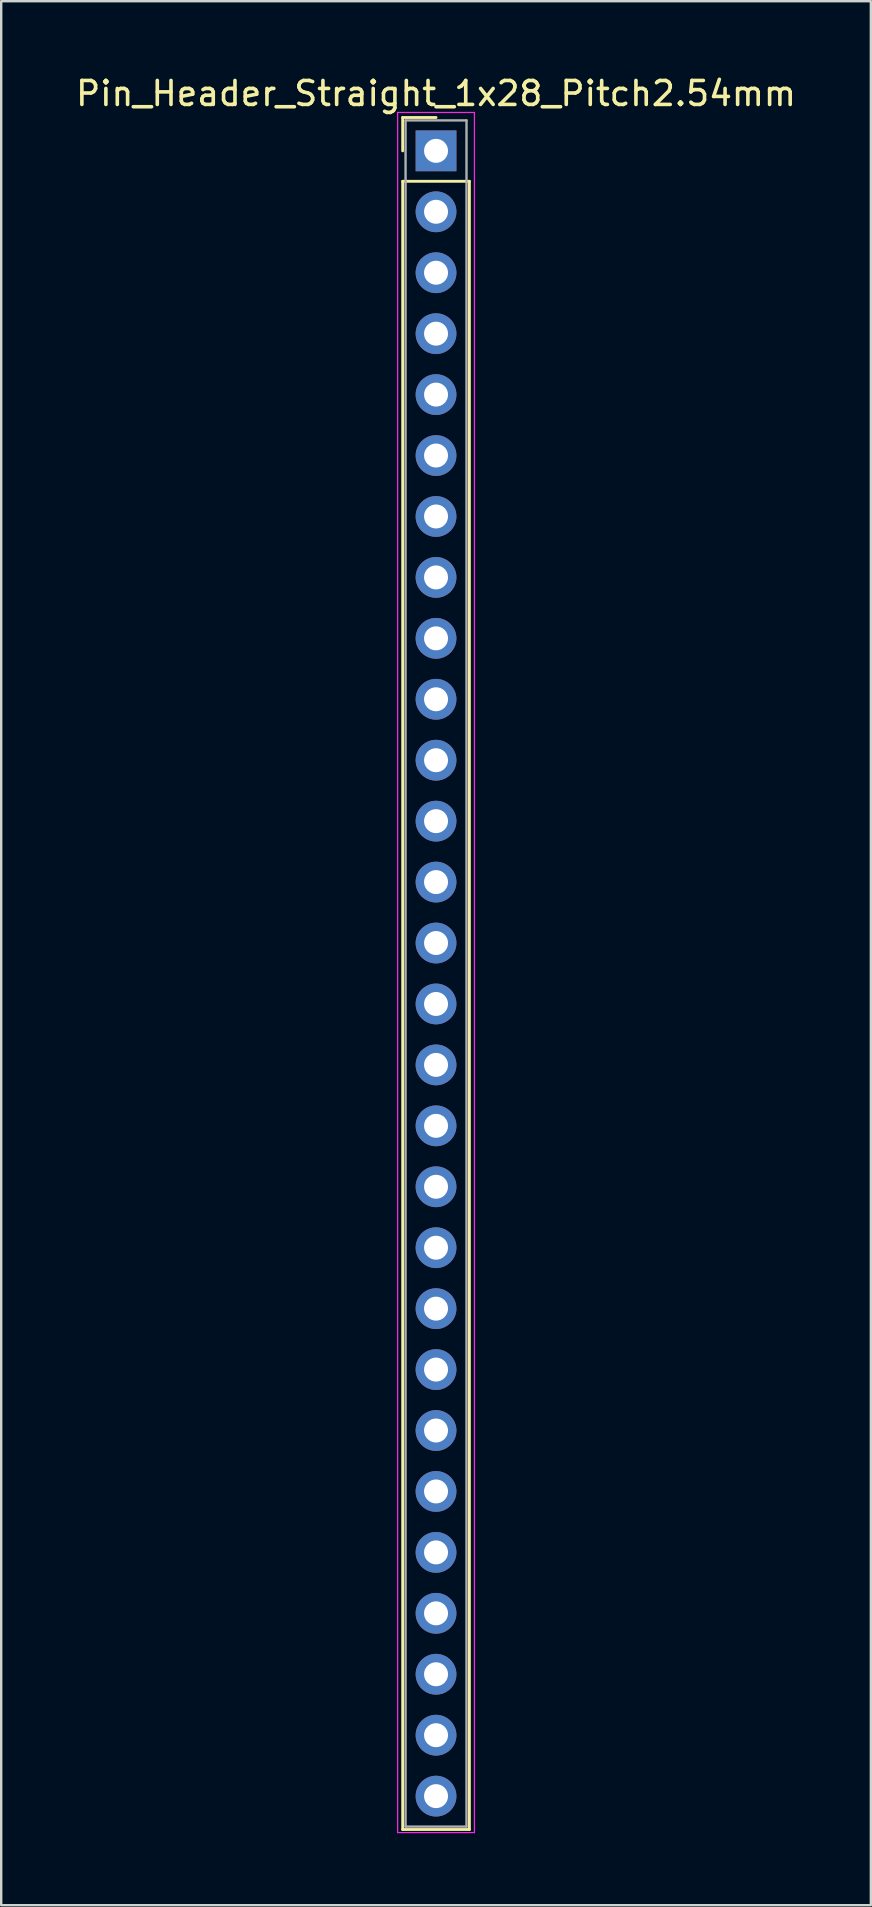
<source format=kicad_pcb>
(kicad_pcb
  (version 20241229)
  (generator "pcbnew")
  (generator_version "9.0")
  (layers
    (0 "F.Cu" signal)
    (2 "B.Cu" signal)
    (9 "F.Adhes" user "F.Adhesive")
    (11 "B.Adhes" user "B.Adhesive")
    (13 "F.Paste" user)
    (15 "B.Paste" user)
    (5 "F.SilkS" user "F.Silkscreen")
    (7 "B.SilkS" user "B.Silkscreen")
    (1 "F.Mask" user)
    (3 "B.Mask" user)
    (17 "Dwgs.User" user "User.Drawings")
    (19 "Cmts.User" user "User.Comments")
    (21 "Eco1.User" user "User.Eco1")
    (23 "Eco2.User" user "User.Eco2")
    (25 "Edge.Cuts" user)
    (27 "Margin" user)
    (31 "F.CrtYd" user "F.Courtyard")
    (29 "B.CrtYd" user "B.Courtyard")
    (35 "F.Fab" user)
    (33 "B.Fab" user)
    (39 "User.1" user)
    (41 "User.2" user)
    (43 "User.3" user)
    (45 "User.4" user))
  (footprint "Pin_Header_Straight_1x28_Pitch2.54mm"
    (layer "F.Cu")
    (at 15.125 3.238)
    (property "Reference" "Pin_Header_Straight_1x28_Pitch2.54mm" (at 0 -2.39 0) (layer "F.SilkS") (effects (font (size 1 1) (thickness 0.15))))
    (attr through_hole)
    (fp_line (start -1.39 -1.39) (end 0 -1.39) (stroke (width 0.12) (type solid)) (layer "F.SilkS"))
    (fp_line (start -1.39 0) (end -1.39 -1.39) (stroke (width 0.12) (type solid)) (layer "F.SilkS"))
    (fp_line (start -1.39 1.27) (end -1.39 69.97) (stroke (width 0.12) (type solid)) (layer "F.SilkS"))
    (fp_line (start -1.39 69.97) (end 1.39 69.97) (stroke (width 0.12) (type solid)) (layer "F.SilkS"))
    (fp_line (start 1.39 1.27) (end -1.39 1.27) (stroke (width 0.12) (type solid)) (layer "F.SilkS"))
    (fp_line (start 1.39 69.97) (end 1.39 1.27) (stroke (width 0.12) (type solid)) (layer "F.SilkS"))
    (fp_line (start -1.6 -1.6) (end -1.6 70.1) (stroke (width 0.05) (type solid)) (layer "F.CrtYd"))
    (fp_line (start -1.6 70.1) (end 1.6 70.1) (stroke (width 0.05) (type solid)) (layer "F.CrtYd"))
    (fp_line (start 1.6 -1.6) (end -1.6 -1.6) (stroke (width 0.05) (type solid)) (layer "F.CrtYd"))
    (fp_line (start 1.6 70.1) (end 1.6 -1.6) (stroke (width 0.05) (type solid)) (layer "F.CrtYd"))
    (fp_line (start -1.27 -1.27) (end -1.27 69.85) (stroke (width 0.1) (type solid)) (layer "F.Fab"))
    (fp_line (start -1.27 69.85) (end 1.27 69.85) (stroke (width 0.1) (type solid)) (layer "F.Fab"))
    (fp_line (start 1.27 -1.27) (end -1.27 -1.27) (stroke (width 0.1) (type solid)) (layer "F.Fab"))
    (fp_line (start 1.27 69.85) (end 1.27 -1.27) (stroke (width 0.1) (type solid)) (layer "F.Fab"))
    (pad "1" thru_hole rect (at 0 0) (size 1.7 1.7) (drill 1) (layers "*.Cu" "*.Mask"))
    (pad "2" thru_hole oval (at 0 2.54) (size 1.7 1.7) (drill 1) (layers "*.Cu" "*.Mask"))
    (pad "3" thru_hole oval (at 0 5.08) (size 1.7 1.7) (drill 1) (layers "*.Cu" "*.Mask"))
    (pad "4" thru_hole oval (at 0 7.62) (size 1.7 1.7) (drill 1) (layers "*.Cu" "*.Mask"))
    (pad "5" thru_hole oval (at 0 10.16) (size 1.7 1.7) (drill 1) (layers "*.Cu" "*.Mask"))
    (pad "6" thru_hole oval (at 0 12.7) (size 1.7 1.7) (drill 1) (layers "*.Cu" "*.Mask"))
    (pad "7" thru_hole oval (at 0 15.24) (size 1.7 1.7) (drill 1) (layers "*.Cu" "*.Mask"))
    (pad "8" thru_hole oval (at 0 17.78) (size 1.7 1.7) (drill 1) (layers "*.Cu" "*.Mask"))
    (pad "9" thru_hole oval (at 0 20.32) (size 1.7 1.7) (drill 1) (layers "*.Cu" "*.Mask"))
    (pad "10" thru_hole oval (at 0 22.86) (size 1.7 1.7) (drill 1) (layers "*.Cu" "*.Mask"))
    (pad "11" thru_hole oval (at 0 25.4) (size 1.7 1.7) (drill 1) (layers "*.Cu" "*.Mask"))
    (pad "12" thru_hole oval (at 0 27.94) (size 1.7 1.7) (drill 1) (layers "*.Cu" "*.Mask"))
    (pad "13" thru_hole oval (at 0 30.48) (size 1.7 1.7) (drill 1) (layers "*.Cu" "*.Mask"))
    (pad "14" thru_hole oval (at 0 33.02) (size 1.7 1.7) (drill 1) (layers "*.Cu" "*.Mask"))
    (pad "15" thru_hole oval (at 0 35.56) (size 1.7 1.7) (drill 1) (layers "*.Cu" "*.Mask"))
    (pad "16" thru_hole oval (at 0 38.1) (size 1.7 1.7) (drill 1) (layers "*.Cu" "*.Mask"))
    (pad "17" thru_hole oval (at 0 40.64) (size 1.7 1.7) (drill 1) (layers "*.Cu" "*.Mask"))
    (pad "18" thru_hole oval (at 0 43.18) (size 1.7 1.7) (drill 1) (layers "*.Cu" "*.Mask"))
    (pad "19" thru_hole oval (at 0 45.72) (size 1.7 1.7) (drill 1) (layers "*.Cu" "*.Mask"))
    (pad "20" thru_hole oval (at 0 48.26) (size 1.7 1.7) (drill 1) (layers "*.Cu" "*.Mask"))
    (pad "21" thru_hole oval (at 0 50.8) (size 1.7 1.7) (drill 1) (layers "*.Cu" "*.Mask"))
    (pad "22" thru_hole oval (at 0 53.34) (size 1.7 1.7) (drill 1) (layers "*.Cu" "*.Mask"))
    (pad "23" thru_hole oval (at 0 55.88) (size 1.7 1.7) (drill 1) (layers "*.Cu" "*.Mask"))
    (pad "24" thru_hole oval (at 0 58.42) (size 1.7 1.7) (drill 1) (layers "*.Cu" "*.Mask"))
    (pad "25" thru_hole oval (at 0 60.96) (size 1.7 1.7) (drill 1) (layers "*.Cu" "*.Mask"))
    (pad "26" thru_hole oval (at 0 63.5) (size 1.7 1.7) (drill 1) (layers "*.Cu" "*.Mask"))
    (pad "27" thru_hole oval (at 0 66.04) (size 1.7 1.7) (drill 1) (layers "*.Cu" "*.Mask"))
    (pad "28" thru_hole oval (at 0 68.58) (size 1.7 1.7) (drill 1) (layers "*.Cu" "*.Mask")))
  (gr_rect
    (start -3 -3)
    (end 33.25 76.363)
    (stroke (width 0.1) (type default))
    (fill no)
    (layer "Edge.Cuts")))
</source>
